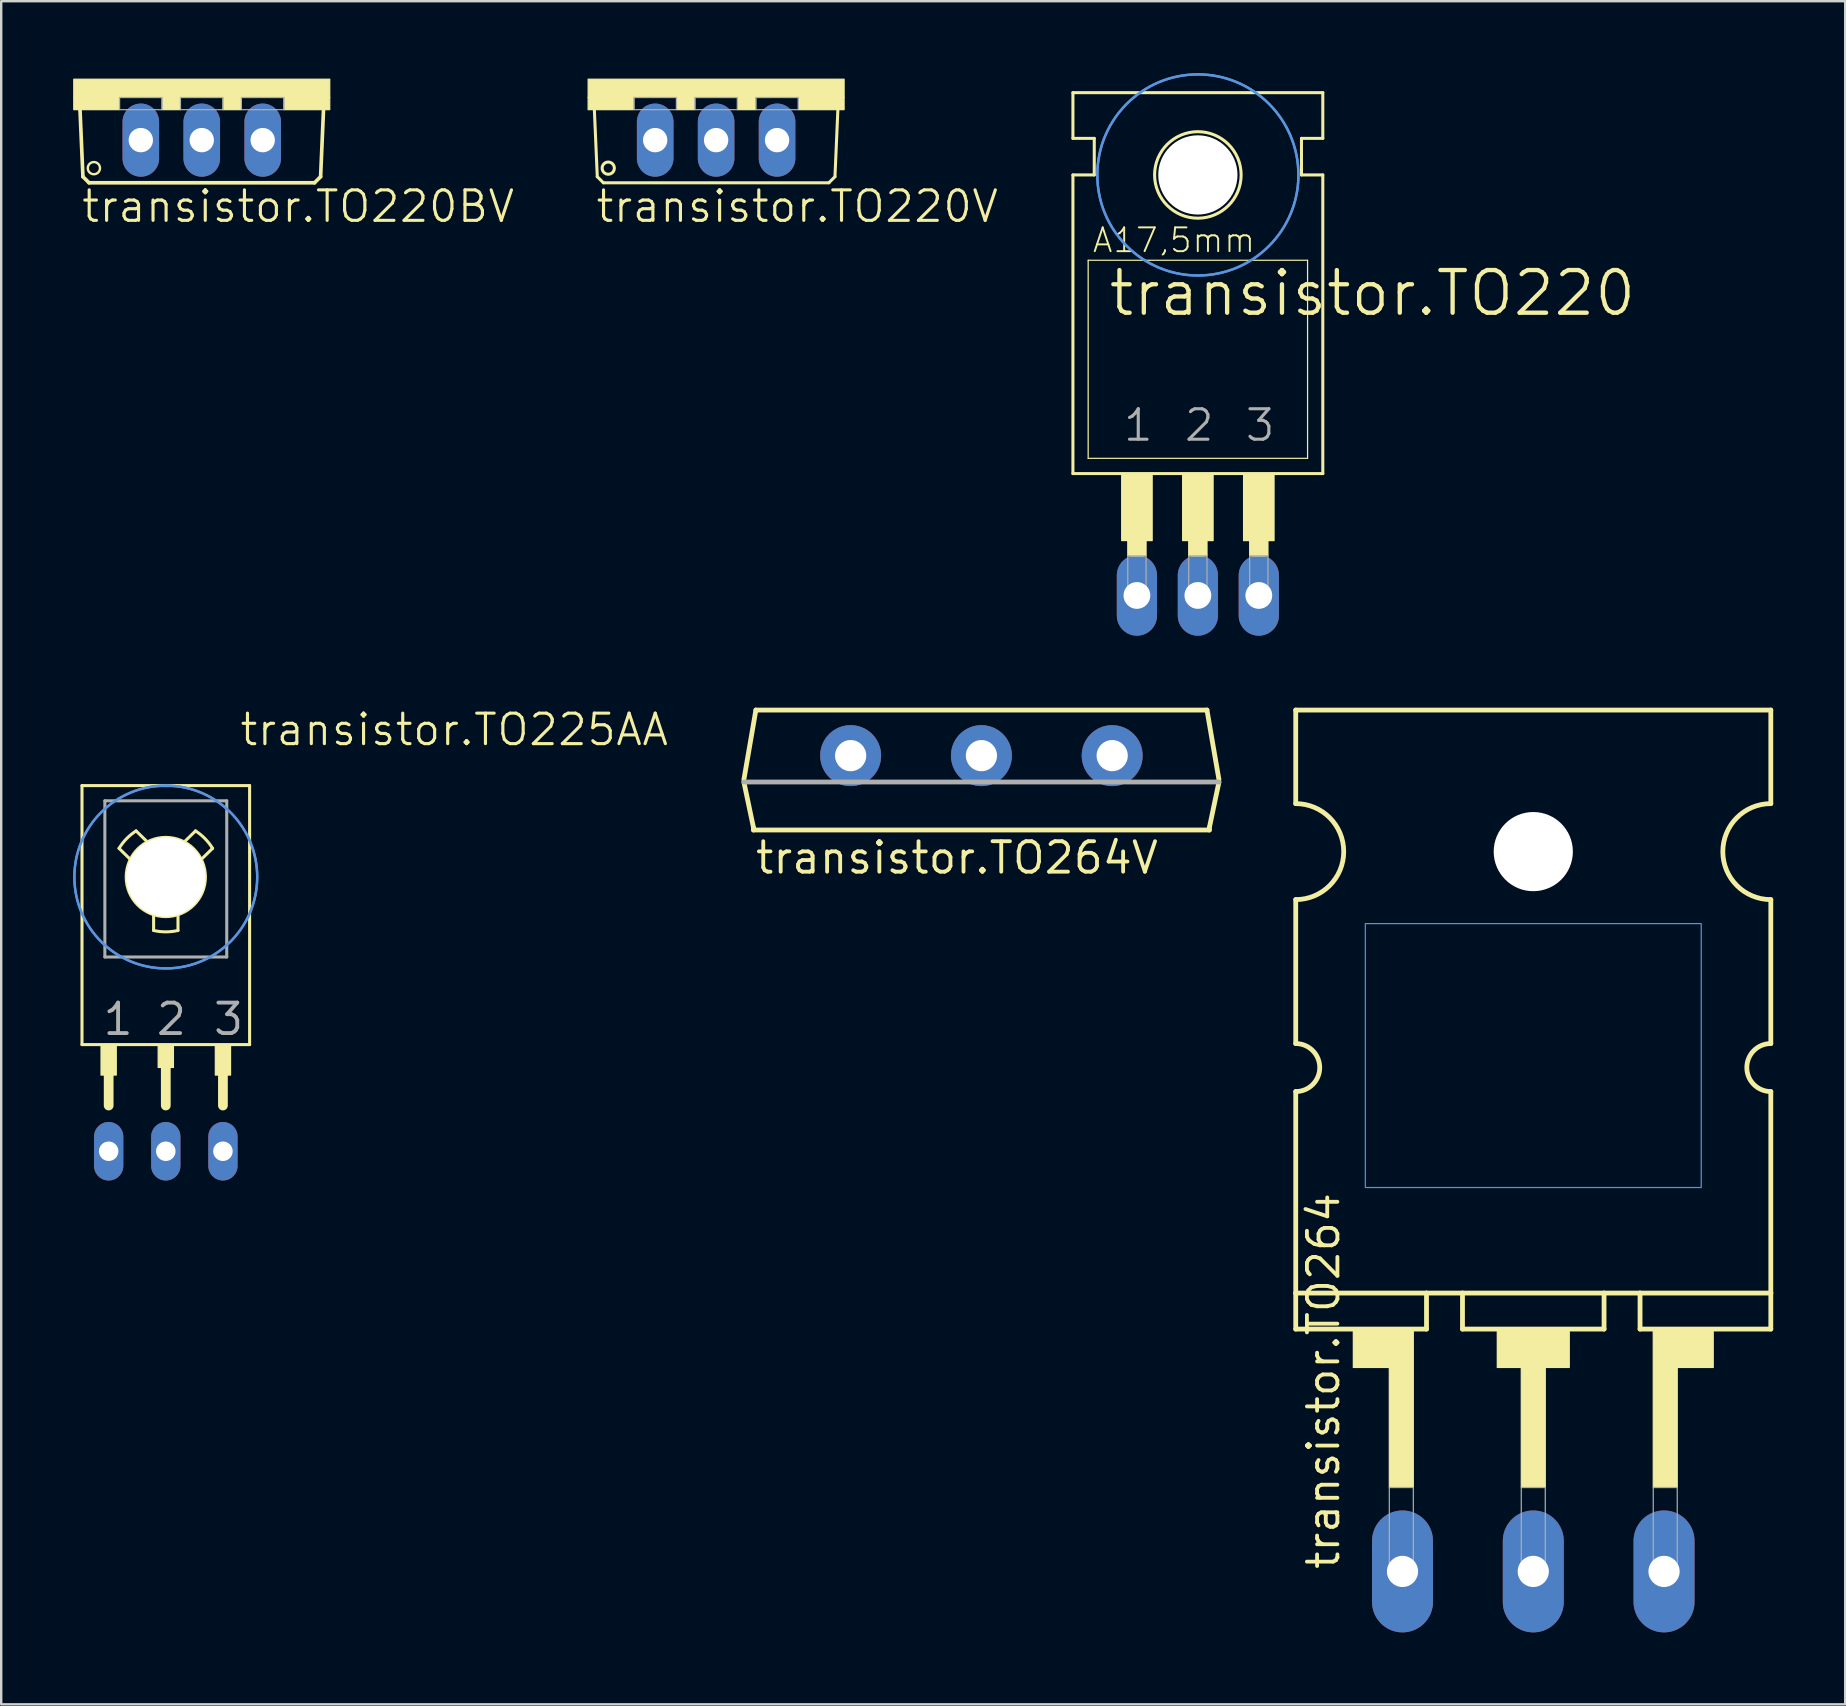
<source format=kicad_pcb>
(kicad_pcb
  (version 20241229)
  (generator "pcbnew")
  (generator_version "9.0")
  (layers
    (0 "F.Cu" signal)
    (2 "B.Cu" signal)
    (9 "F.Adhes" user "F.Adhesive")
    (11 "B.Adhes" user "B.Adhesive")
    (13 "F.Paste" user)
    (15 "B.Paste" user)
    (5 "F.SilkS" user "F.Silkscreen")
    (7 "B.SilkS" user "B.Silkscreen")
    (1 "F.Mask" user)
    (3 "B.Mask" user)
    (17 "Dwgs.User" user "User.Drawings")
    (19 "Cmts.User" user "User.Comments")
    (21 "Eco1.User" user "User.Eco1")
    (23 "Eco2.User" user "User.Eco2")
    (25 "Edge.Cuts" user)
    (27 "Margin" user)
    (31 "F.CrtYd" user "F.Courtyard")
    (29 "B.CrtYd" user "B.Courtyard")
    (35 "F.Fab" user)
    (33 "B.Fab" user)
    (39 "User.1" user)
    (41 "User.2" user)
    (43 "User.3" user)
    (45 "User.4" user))
  (footprint "transistor.TO264V"
    (layer "F.Cu")
    (at 37.853 28.443)
    (property "Reference" "transistor.TO264V" (at -9.5 5 0) (layer "F.SilkS") (effects (font (size 1.27 1.27) (thickness 0.16)) (justify left bottom)))
    (attr through_hole)
    (fp_line (start -9.5 3) (end -9.9 1.1) (stroke (width 0.2) (type default)) (layer "F.SilkS"))
    (fp_line (start -9.5 3.1) (end -9.5 3) (stroke (width 0.2) (type default)) (layer "F.SilkS"))
    (fp_line (start -9.4 -1.9) (end -9.9 1) (stroke (width 0.2) (type default)) (layer "F.SilkS"))
    (fp_line (start 9.4 -1.9) (end -9.4 -1.9) (stroke (width 0.2) (type default)) (layer "F.SilkS"))
    (fp_line (start 9.5 3) (end 9.5 3.1) (stroke (width 0.2) (type default)) (layer "F.SilkS"))
    (fp_line (start 9.5 3.1) (end -9.5 3.1) (stroke (width 0.2) (type default)) (layer "F.SilkS"))
    (fp_line (start 9.9 1) (end 9.4 -1.9) (stroke (width 0.2) (type default)) (layer "F.SilkS"))
    (fp_line (start 9.9 1.1) (end 9.5 3) (stroke (width 0.2) (type default)) (layer "F.SilkS"))
    (fp_line (start 9.9 1.1) (end -9.9 1.1) (stroke (width 0.2) (type default)) (layer "F.Fab"))
    (pad "1" thru_hole circle (at -5.45 0) (size 2.54 2.54) (drill 1.3) (layers "*.Cu" "*.Mask"))
    (pad "2" thru_hole circle (at 0 0) (size 2.54 2.54) (drill 1.3) (layers "*.Cu" "*.Mask"))
    (pad "3" thru_hole circle (at 5.45 0) (size 2.54 2.54) (drill 1.3) (layers "*.Cu" "*.Mask")))
  (footprint "transistor.TO225AA"
    (layer "F.Cu")
    (at 3.86 33.501)
    (property "Reference" "transistor.TO225AA" (at 3.016 -5.397 180) (layer "F.SilkS") (effects (font (size 1.27 1.27) (thickness 0.13)) (justify left bottom)))
    (attr through_hole)
    (fp_line (start -3.493 -3.81) (end 3.493 -3.81) (stroke (width 0.127) (type default)) (layer "F.SilkS"))
    (fp_line (start -3.493 6.985) (end -3.493 -3.81) (stroke (width 0.127) (type default)) (layer "F.SilkS"))
    (fp_line (start -3.493 6.985) (end 3.493 6.985) (stroke (width 0.127) (type default)) (layer "F.SilkS"))
    (fp_line (start -2.381 8.096) (end -2.381 9.525) (stroke (width 0.406) (type default)) (layer "F.SilkS"))
    (fp_line (start -1.479 -0.734) (end -1.949 -1.194) (stroke (width 0.127) (type default)) (layer "F.SilkS"))
    (fp_line (start -0.769 -1.461) (end -1.239 -1.921) (stroke (width 0.127) (type default)) (layer "F.SilkS"))
    (fp_line (start -0.508 1.571) (end -0.508 2.229) (stroke (width 0.127) (type default)) (layer "F.SilkS"))
    (fp_line (start 0 7.779) (end 0 9.525) (stroke (width 0.406) (type default)) (layer "F.SilkS"))
    (fp_line (start 0.508 1.571) (end 0.508 2.229) (stroke (width 0.127) (type default)) (layer "F.SilkS"))
    (fp_line (start 0.769 -1.461) (end 1.239 -1.921) (stroke (width 0.127) (type default)) (layer "F.SilkS"))
    (fp_line (start 1.479 -0.734) (end 1.949 -1.194) (stroke (width 0.127) (type default)) (layer "F.SilkS"))
    (fp_line (start 2.381 8.096) (end 2.381 9.525) (stroke (width 0.406) (type default)) (layer "F.SilkS"))
    (fp_line (start 3.493 -3.81) (end 3.493 6.985) (stroke (width 0.127) (type default)) (layer "F.SilkS"))
    (fp_rect (start -2.699 8.255) (end -2.064 6.985) (stroke (width 0.05) (type default)) (fill yes) (layer "F.SilkS"))
    (fp_rect (start -0.318 7.938) (end 0.318 6.985) (stroke (width 0.05) (type default)) (fill yes) (layer "F.SilkS"))
    (fp_rect (start 2.064 8.255) (end 2.699 6.985) (stroke (width 0.05) (type default)) (fill yes) (layer "F.SilkS"))
    (fp_arc (start -1.949 -1.194) (mid -1.634921 -1.597231) (end -1.2391 -1.9206) (stroke (width 0.127) (type default)) (layer "F.SilkS"))
    (fp_arc (start 0.508 2.229) (mid 0 2.286158) (end -0.508 2.229) (stroke (width 0.127) (type default)) (layer "F.SilkS"))
    (fp_arc (start 1.239 -1.921) (mid 1.63487 -1.597636) (end 1.949 -1.1944) (stroke (width 0.127) (type default)) (layer "F.SilkS"))
    (fp_circle (center 0 0) (end 1.651 0) (stroke (width 0.127) (type default)) (fill no) (layer "F.SilkS"))
    (fp_circle (center 0 0) (end 3.81 0) (stroke (width 0.1) (type default)) (fill no) (layer "Cmts.User"))
    (fp_circle (center 0 0) (end 3.81 0) (stroke (width 0.1) (type default)) (fill no) (layer "Cmts.User"))
    (fp_line (start -2.54 -3.175) (end -2.54 3.334) (stroke (width 0.127) (type default)) (layer "F.Fab"))
    (fp_line (start -2.54 3.334) (end 2.54 3.334) (stroke (width 0.127) (type default)) (layer "F.Fab"))
    (fp_line (start 2.54 -3.175) (end -2.54 -3.175) (stroke (width 0.127) (type default)) (layer "F.Fab"))
    (fp_line (start 2.54 3.334) (end 2.54 -3.175) (stroke (width 0.127) (type default)) (layer "F.Fab"))
    (fp_text user "3" (at 1.905 6.668 0) (layer "F.Fab") (effects (font (size 1.27 1.27) (thickness 0.16)) (justify left bottom)))
    (fp_text user "2" (at -0.476 6.668 0) (layer "F.Fab") (effects (font (size 1.27 1.27) (thickness 0.16)) (justify left bottom)))
    (fp_text user "1" (at -2.699 6.668 0) (layer "F.Fab") (effects (font (size 1.27 1.27) (thickness 0.16)) (justify left bottom)))
    (pad "" np_thru_hole circle (at 0 0) (size 3.302 3.302) (drill 3.302) (layers "*.Cu" "*.Mask"))
    (pad "1" thru_hole oval (at -2.381 11.43 90) (size 2.438 1.219) (drill 0.813) (layers "*.Cu" "*.Mask"))
    (pad "2" thru_hole oval (at 0 11.43 90) (size 2.438 1.219) (drill 0.813) (layers "*.Cu" "*.Mask"))
    (pad "3" thru_hole oval (at 2.381 11.43 90) (size 2.438 1.219) (drill 0.813) (layers "*.Cu" "*.Mask")))
  (footprint "transistor.TO220BV"
    (layer "F.Cu")
    (at 5.359 0.25)
    (property "Reference" "transistor.TO220BV" (at -5.08 6.045 0) (layer "F.SilkS") (effects (font (size 1.27 1.27) (thickness 0.13)) (justify left bottom)))
    (attr through_hole)
    (fp_line (start -4.953 4.064) (end -5.08 1.143) (stroke (width 0.152) (type default)) (layer "F.SilkS"))
    (fp_line (start -4.953 4.064) (end -4.699 4.318) (stroke (width 0.152) (type default)) (layer "F.SilkS"))
    (fp_line (start 4.699 4.318) (end -4.699 4.318) (stroke (width 0.152) (type default)) (layer "F.SilkS"))
    (fp_line (start 4.699 4.318) (end 4.953 4.064) (stroke (width 0.152) (type default)) (layer "F.SilkS"))
    (fp_line (start 5.08 1.143) (end 4.953 4.064) (stroke (width 0.152) (type default)) (layer "F.SilkS"))
    (fp_rect (start -5.334 0.762) (end 5.334 0) (stroke (width 0.05) (type default)) (fill yes) (layer "F.SilkS"))
    (fp_rect (start -5.334 1.27) (end -3.429 0.762) (stroke (width 0.05) (type default)) (fill yes) (layer "F.SilkS"))
    (fp_rect (start -1.651 1.27) (end -0.889 0.762) (stroke (width 0.05) (type default)) (fill yes) (layer "F.SilkS"))
    (fp_rect (start 0.889 1.27) (end 1.651 0.762) (stroke (width 0.05) (type default)) (fill yes) (layer "F.SilkS"))
    (fp_rect (start 3.429 1.27) (end 5.334 0.762) (stroke (width 0.05) (type default)) (fill yes) (layer "F.SilkS"))
    (fp_circle (center -4.496 3.708) (end -4.242 3.708) (stroke (width 0.1) (type default)) (fill no) (layer "F.SilkS"))
    (fp_rect (start -3.429 1.27) (end -1.651 0.762) (stroke (width 0.05) (type default)) (fill no) (layer "F.Fab"))
    (fp_rect (start -0.889 1.27) (end 0.889 0.762) (stroke (width 0.05) (type default)) (fill no) (layer "F.Fab"))
    (fp_rect (start 1.651 1.27) (end 3.429 0.762) (stroke (width 0.05) (type default)) (fill no) (layer "F.Fab"))
    (pad "1" thru_hole oval (at -2.54 2.54 90) (size 3.048 1.524) (drill 1.016) (layers "*.Cu" "*.Mask"))
    (pad "2" thru_hole oval (at 0 2.54 90) (size 3.048 1.524) (drill 1.016) (layers "*.Cu" "*.Mask"))
    (pad "3" thru_hole oval (at 2.54 2.54 90) (size 3.048 1.524) (drill 1.016) (layers "*.Cu" "*.Mask")))
  (footprint "transistor.TO220"
    (layer "F.Cu")
    (at 46.874 15.417)
    (property "Reference" "transistor.TO220" (at -3.81 -5.207 0) (layer "F.SilkS") (effects (font (size 1.778 1.778) (thickness 0.18)) (justify left bottom)))
    (attr through_hole)
    (fp_line (start -5.207 -12.7) (end -5.207 -14.605) (stroke (width 0.127) (type default)) (layer "F.SilkS"))
    (fp_line (start -5.207 -11.176) (end -4.318 -11.176) (stroke (width 0.127) (type default)) (layer "F.SilkS"))
    (fp_line (start -5.207 1.27) (end -5.207 -11.176) (stroke (width 0.127) (type default)) (layer "F.SilkS"))
    (fp_line (start -5.207 1.27) (end 5.207 1.27) (stroke (width 0.127) (type default)) (layer "F.SilkS"))
    (fp_line (start -4.572 0.635) (end -4.572 -7.62) (stroke (width 0.051) (type default)) (layer "F.SilkS"))
    (fp_line (start -4.572 0.635) (end 4.572 0.635) (stroke (width 0.051) (type default)) (layer "F.SilkS"))
    (fp_line (start -4.318 -12.7) (end -5.207 -12.7) (stroke (width 0.127) (type default)) (layer "F.SilkS"))
    (fp_line (start -4.318 -11.176) (end -4.318 -12.7) (stroke (width 0.127) (type default)) (layer "F.SilkS"))
    (fp_line (start 4.318 -12.7) (end 5.207 -12.7) (stroke (width 0.127) (type default)) (layer "F.SilkS"))
    (fp_line (start 4.318 -11.176) (end 4.318 -12.7) (stroke (width 0.127) (type default)) (layer "F.SilkS"))
    (fp_line (start 4.572 -7.62) (end -4.572 -7.62) (stroke (width 0.051) (type default)) (layer "F.SilkS"))
    (fp_line (start 4.572 -7.62) (end 4.572 0.635) (stroke (width 0.051) (type default)) (layer "F.SilkS"))
    (fp_line (start 5.207 -14.605) (end -5.207 -14.605) (stroke (width 0.127) (type default)) (layer "F.SilkS"))
    (fp_line (start 5.207 -12.7) (end 5.207 -14.605) (stroke (width 0.127) (type default)) (layer "F.SilkS"))
    (fp_line (start 5.207 -11.176) (end 4.318 -11.176) (stroke (width 0.127) (type default)) (layer "F.SilkS"))
    (fp_line (start 5.207 1.27) (end 5.207 -11.176) (stroke (width 0.127) (type default)) (layer "F.SilkS"))
    (fp_rect (start -3.175 4.064) (end -1.905 1.27) (stroke (width 0.05) (type default)) (fill yes) (layer "F.SilkS"))
    (fp_rect (start -2.921 4.699) (end -2.159 4.064) (stroke (width 0.05) (type default)) (fill yes) (layer "F.SilkS"))
    (fp_rect (start -0.635 4.064) (end 0.635 1.27) (stroke (width 0.05) (type default)) (fill yes) (layer "F.SilkS"))
    (fp_rect (start -0.381 4.699) (end 0.381 4.064) (stroke (width 0.05) (type default)) (fill yes) (layer "F.SilkS"))
    (fp_rect (start 1.905 4.064) (end 3.175 1.27) (stroke (width 0.05) (type default)) (fill yes) (layer "F.SilkS"))
    (fp_rect (start 2.159 4.699) (end 2.921 4.064) (stroke (width 0.05) (type default)) (fill yes) (layer "F.SilkS"))
    (fp_circle (center 0 -11.176) (end 1.803 -11.176) (stroke (width 0.127) (type default)) (fill no) (layer "F.SilkS"))
    (fp_circle (center 0 -11.176) (end 4.191 -11.176) (stroke (width 0.1) (type default)) (fill no) (layer "Cmts.User"))
    (fp_circle (center 0 -11.176) (end 4.191 -11.176) (stroke (width 0.1) (type default)) (fill no) (layer "Cmts.User"))
    (fp_rect (start -2.921 6.604) (end -2.159 4.699) (stroke (width 0.05) (type default)) (fill no) (layer "F.Fab"))
    (fp_rect (start -0.381 6.604) (end 0.381 4.699) (stroke (width 0.05) (type default)) (fill no) (layer "F.Fab"))
    (fp_rect (start 2.159 6.604) (end 2.921 4.699) (stroke (width 0.05) (type default)) (fill no) (layer "F.Fab"))
    (fp_text user "A17,5mm" (at -4.445 -7.874 0) (layer "F.SilkS") (effects (font (size 0.991 0.991) (thickness 0.08)) (justify left bottom)))
    (fp_text user "2" (at -0.635 0 0) (layer "F.Fab") (effects (font (size 1.27 1.27) (thickness 0.13)) (justify left bottom)))
    (fp_text user "3" (at 1.905 0 0) (layer "F.Fab") (effects (font (size 1.27 1.27) (thickness 0.13)) (justify left bottom)))
    (fp_text user "1" (at -3.175 0 0) (layer "F.Fab") (effects (font (size 1.27 1.27) (thickness 0.13)) (justify left bottom)))
    (pad "" np_thru_hole circle (at 0 -11.176) (size 3.302 3.302) (drill 3.302) (layers "*.Cu" "*.Mask"))
    (pad "1" thru_hole oval (at -2.54 6.35 90) (size 3.353 1.676) (drill 1.118) (layers "*.Cu" "*.Mask"))
    (pad "2" thru_hole oval (at 0 6.35 90) (size 3.353 1.676) (drill 1.118) (layers "*.Cu" "*.Mask"))
    (pad "3" thru_hole oval (at 2.54 6.35 90) (size 3.353 1.676) (drill 1.118) (layers "*.Cu" "*.Mask")))
  (footprint "transistor.TO220V"
    (layer "F.Cu")
    (at 26.796 0.25)
    (property "Reference" "transistor.TO220V" (at -5.08 6.045 0) (layer "F.SilkS") (effects (font (size 1.27 1.27) (thickness 0.13)) (justify left bottom)))
    (attr through_hole)
    (fp_line (start -4.953 4.064) (end -5.08 1.143) (stroke (width 0.127) (type default)) (layer "F.SilkS"))
    (fp_line (start -4.953 4.064) (end -4.699 4.318) (stroke (width 0.127) (type default)) (layer "F.SilkS"))
    (fp_line (start 4.699 4.318) (end -4.699 4.318) (stroke (width 0.127) (type default)) (layer "F.SilkS"))
    (fp_line (start 4.699 4.318) (end 4.953 4.064) (stroke (width 0.127) (type default)) (layer "F.SilkS"))
    (fp_line (start 5.08 1.143) (end 4.953 4.064) (stroke (width 0.127) (type default)) (layer "F.SilkS"))
    (fp_rect (start -5.334 0.762) (end 5.334 0) (stroke (width 0.05) (type default)) (fill yes) (layer "F.SilkS"))
    (fp_rect (start -5.334 1.27) (end -3.429 0.762) (stroke (width 0.05) (type default)) (fill yes) (layer "F.SilkS"))
    (fp_rect (start -1.651 1.27) (end -0.889 0.762) (stroke (width 0.05) (type default)) (fill yes) (layer "F.SilkS"))
    (fp_rect (start 0.889 1.27) (end 1.651 0.762) (stroke (width 0.05) (type default)) (fill yes) (layer "F.SilkS"))
    (fp_rect (start 3.429 1.27) (end 5.334 0.762) (stroke (width 0.05) (type default)) (fill yes) (layer "F.SilkS"))
    (fp_circle (center -4.496 3.708) (end -4.242 3.708) (stroke (width 0.127) (type default)) (fill no) (layer "F.SilkS"))
    (fp_rect (start -3.429 1.27) (end -1.651 0.762) (stroke (width 0.05) (type default)) (fill no) (layer "F.Fab"))
    (fp_rect (start -0.889 1.27) (end 0.889 0.762) (stroke (width 0.05) (type default)) (fill no) (layer "F.Fab"))
    (fp_rect (start 1.651 1.27) (end 3.429 0.762) (stroke (width 0.05) (type default)) (fill no) (layer "F.Fab"))
    (pad "1" thru_hole oval (at -2.54 2.54 90) (size 3.048 1.524) (drill 1.016) (layers "*.Cu" "*.Mask"))
    (pad "2" thru_hole oval (at 0 2.54 90) (size 3.048 1.524) (drill 1.016) (layers "*.Cu" "*.Mask"))
    (pad "3" thru_hole oval (at 2.54 2.54 90) (size 3.048 1.524) (drill 1.016) (layers "*.Cu" "*.Mask")))
  (footprint "transistor.TO264"
    (layer "F.Cu")
    (at 60.853 32.443)
    (property "Reference" "transistor.TO264" (at -8 30 90) (layer "F.SilkS") (effects (font (size 1.27 1.27) (thickness 0.16)) (justify left bottom)))
    (attr through_hole)
    (fp_line (start -9.9 -5.9) (end -9.9 -2) (stroke (width 0.2) (type default)) (layer "F.SilkS"))
    (fp_line (start -9.9 2) (end -9.9 8) (stroke (width 0.2) (type default)) (layer "F.SilkS"))
    (fp_line (start -9.9 10) (end -9.9 18.4) (stroke (width 0.2) (type default)) (layer "F.SilkS"))
    (fp_line (start -9.9 18.4) (end -9.9 19.9) (stroke (width 0.2) (type default)) (layer "F.SilkS"))
    (fp_line (start -9.9 18.4) (end -4.45 18.4) (stroke (width 0.2) (type default)) (layer "F.SilkS"))
    (fp_line (start -9.9 19.9) (end -4.45 19.9) (stroke (width 0.2) (type default)) (layer "F.SilkS"))
    (fp_line (start -4.45 18.4) (end -2.95 18.4) (stroke (width 0.2) (type default)) (layer "F.SilkS"))
    (fp_line (start -4.45 19.9) (end -4.45 18.4) (stroke (width 0.2) (type default)) (layer "F.SilkS"))
    (fp_line (start -2.95 18.4) (end 2.95 18.4) (stroke (width 0.2) (type default)) (layer "F.SilkS"))
    (fp_line (start -2.95 19.9) (end -2.95 18.4) (stroke (width 0.2) (type default)) (layer "F.SilkS"))
    (fp_line (start -2.95 19.9) (end 2.95 19.9) (stroke (width 0.2) (type default)) (layer "F.SilkS"))
    (fp_line (start 2.95 18.4) (end 4.45 18.4) (stroke (width 0.2) (type default)) (layer "F.SilkS"))
    (fp_line (start 2.95 19.9) (end 2.95 18.4) (stroke (width 0.2) (type default)) (layer "F.SilkS"))
    (fp_line (start 4.45 18.4) (end 9.9 18.4) (stroke (width 0.2) (type default)) (layer "F.SilkS"))
    (fp_line (start 4.45 19.9) (end 4.45 18.4) (stroke (width 0.2) (type default)) (layer "F.SilkS"))
    (fp_line (start 4.45 19.9) (end 9.9 19.9) (stroke (width 0.2) (type default)) (layer "F.SilkS"))
    (fp_line (start 9.9 -5.9) (end -9.9 -5.9) (stroke (width 0.2) (type default)) (layer "F.SilkS"))
    (fp_line (start 9.9 -2) (end 9.9 -5.9) (stroke (width 0.2) (type default)) (layer "F.SilkS"))
    (fp_line (start 9.9 8) (end 9.9 2) (stroke (width 0.2) (type default)) (layer "F.SilkS"))
    (fp_line (start 9.9 18.4) (end 9.9 10) (stroke (width 0.2) (type default)) (layer "F.SilkS"))
    (fp_line (start 9.9 19.9) (end 9.9 18.4) (stroke (width 0.2) (type default)) (layer "F.SilkS"))
    (fp_rect (start -7.5 21.5) (end -6 20) (stroke (width 0.05) (type default)) (fill yes) (layer "F.SilkS"))
    (fp_rect (start -6 26.5) (end -5 20) (stroke (width 0.05) (type default)) (fill yes) (layer "F.SilkS"))
    (fp_rect (start -1.5 21.5) (end 1.5 20) (stroke (width 0.05) (type default)) (fill yes) (layer "F.SilkS"))
    (fp_rect (start -0.5 26.5) (end 0.5 20) (stroke (width 0.05) (type default)) (fill yes) (layer "F.SilkS"))
    (fp_rect (start 5 26.5) (end 6 20) (stroke (width 0.05) (type default)) (fill yes) (layer "F.SilkS"))
    (fp_rect (start 6 21.5) (end 7.5 20) (stroke (width 0.05) (type default)) (fill yes) (layer "F.SilkS"))
    (fp_arc (start -9.9 -2) (mid -7.9 0) (end -9.9 2) (stroke (width 0.2) (type default)) (layer "F.SilkS"))
    (fp_arc (start -9.9 8) (mid -8.9 9) (end -9.9 10) (stroke (width 0.2) (type default)) (layer "F.SilkS"))
    (fp_arc (start 9.9 2) (mid 7.9 0) (end 9.9 -2) (stroke (width 0.2) (type default)) (layer "F.SilkS"))
    (fp_arc (start 9.9 10) (mid 8.9 9) (end 9.9 8) (stroke (width 0.2) (type default)) (layer "F.SilkS"))
    (fp_rect (start -7 14) (end 7 3) (stroke (width 0.05) (type default)) (fill no) (layer "Cmts.User"))
    (fp_rect (start -6 30) (end -5 26.5) (stroke (width 0.05) (type default)) (fill no) (layer "F.Fab"))
    (fp_rect (start -0.5 30) (end 0.5 26.5) (stroke (width 0.05) (type default)) (fill no) (layer "F.Fab"))
    (fp_rect (start 5 30) (end 6 26.5) (stroke (width 0.05) (type default)) (fill no) (layer "F.Fab"))
    (pad "" np_thru_hole circle (at 0 0) (size 3.3 3.3) (drill 3.3) (layers "*.Cu" "*.Mask"))
    (pad "1" thru_hole oval (at -5.45 30 90) (size 5.08 2.54) (drill 1.3) (layers "*.Cu" "*.Mask"))
    (pad "2" thru_hole oval (at 0 30 90) (size 5.08 2.54) (drill 1.3) (layers "*.Cu" "*.Mask"))
    (pad "3" thru_hole oval (at 5.45 30 90) (size 5.08 2.54) (drill 1.3) (layers "*.Cu" "*.Mask")))
  (gr_rect
    (start -3 -3)
    (end 73.853 67.983)
    (stroke (width 0.1) (type default))
    (fill no)
    (layer "Edge.Cuts")))
</source>
